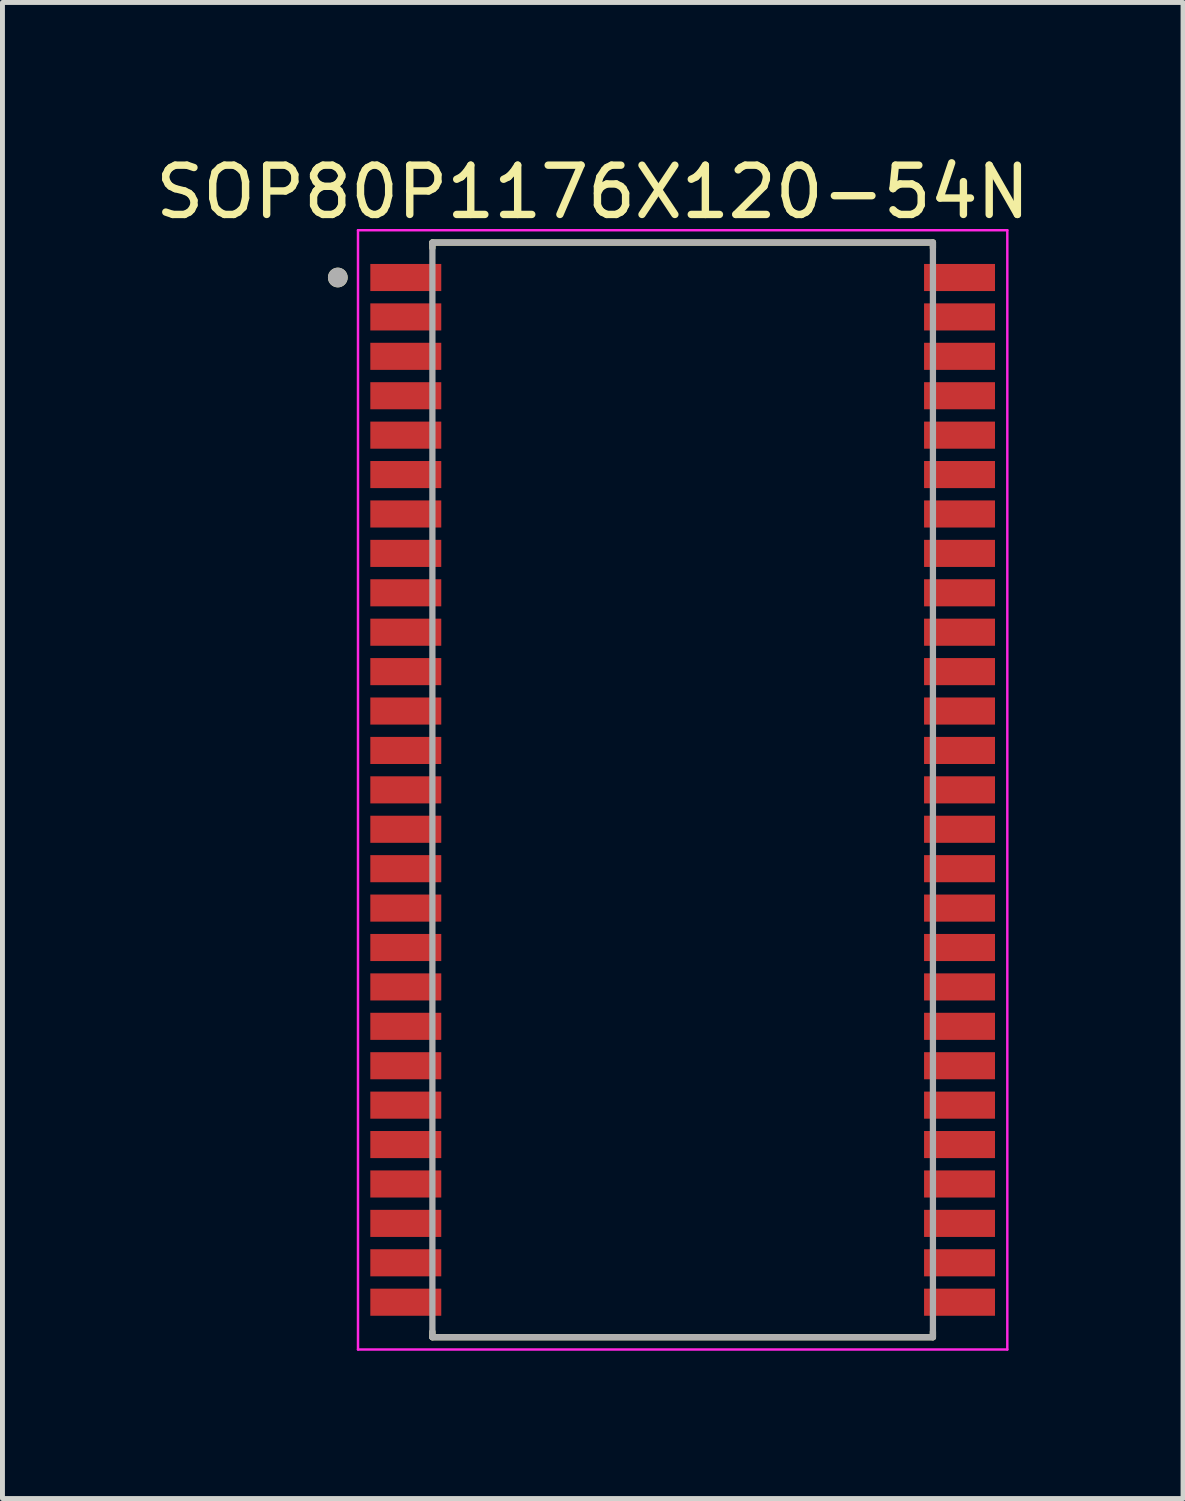
<source format=kicad_pcb>
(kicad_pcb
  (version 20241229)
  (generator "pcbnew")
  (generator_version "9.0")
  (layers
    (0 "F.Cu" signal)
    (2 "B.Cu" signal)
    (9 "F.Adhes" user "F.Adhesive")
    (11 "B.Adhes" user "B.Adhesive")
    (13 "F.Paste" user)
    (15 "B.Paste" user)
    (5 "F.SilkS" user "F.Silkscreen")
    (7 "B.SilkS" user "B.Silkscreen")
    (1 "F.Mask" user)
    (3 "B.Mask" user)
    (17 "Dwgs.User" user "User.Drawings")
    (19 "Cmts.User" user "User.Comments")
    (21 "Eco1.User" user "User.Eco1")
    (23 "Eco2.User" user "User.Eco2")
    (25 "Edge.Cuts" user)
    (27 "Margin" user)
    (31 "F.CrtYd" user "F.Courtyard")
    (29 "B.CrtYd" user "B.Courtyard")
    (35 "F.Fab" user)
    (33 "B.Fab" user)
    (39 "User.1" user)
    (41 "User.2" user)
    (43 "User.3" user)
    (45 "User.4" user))
  (footprint "SOP80P1176X120-54N"
    (layer "F.Cu")
    (at 10.807 12.983)
    (property "Reference" "SOP80P1176X120-54N" (at -1.825 -12.135 0) (layer "F.SilkS") (effects (font (size 1 1) (thickness 0.15))))
    (attr smd)
    (fp_line (start -5.08 -11.11) (end 5.08 -11.11) (stroke (width 0.127) (type solid)) (layer "F.SilkS"))
    (fp_line (start -5.08 -11) (end -5.08 -11.11) (stroke (width 0.127) (type solid)) (layer "F.SilkS"))
    (fp_line (start -5.08 11) (end -5.08 11.11) (stroke (width 0.127) (type solid)) (layer "F.SilkS"))
    (fp_line (start 5.08 -11) (end 5.08 -11.11) (stroke (width 0.127) (type solid)) (layer "F.SilkS"))
    (fp_line (start 5.08 11) (end 5.08 11.11) (stroke (width 0.127) (type solid)) (layer "F.SilkS"))
    (fp_line (start 5.08 11.11) (end -5.08 11.11) (stroke (width 0.127) (type solid)) (layer "F.SilkS"))
    (fp_circle (center -7 -10.4) (end -6.9 -10.4) (stroke (width 0.2) (type solid)) (fill no) (layer "F.SilkS"))
    (fp_line (start -6.59 -11.36) (end 6.59 -11.36) (stroke (width 0.05) (type solid)) (layer "F.CrtYd"))
    (fp_line (start -6.59 11.36) (end -6.59 -11.36) (stroke (width 0.05) (type solid)) (layer "F.CrtYd"))
    (fp_line (start 6.59 -11.36) (end 6.59 11.36) (stroke (width 0.05) (type solid)) (layer "F.CrtYd"))
    (fp_line (start 6.59 11.36) (end -6.59 11.36) (stroke (width 0.05) (type solid)) (layer "F.CrtYd"))
    (fp_line (start -5.08 -11.11) (end 5.08 -11.11) (stroke (width 0.127) (type solid)) (layer "F.Fab"))
    (fp_line (start -5.08 11.11) (end -5.08 -11.11) (stroke (width 0.127) (type solid)) (layer "F.Fab"))
    (fp_line (start 5.08 -11.11) (end 5.08 11.11) (stroke (width 0.127) (type solid)) (layer "F.Fab"))
    (fp_line (start 5.08 11.11) (end -5.08 11.11) (stroke (width 0.127) (type solid)) (layer "F.Fab"))
    (fp_circle (center -7 -10.4) (end -6.9 -10.4) (stroke (width 0.2) (type solid)) (fill no) (layer "F.Fab"))
    (pad "1" smd rect (at -5.62 -10.4) (size 1.44 0.55) (layers "F.Cu" "F.Mask" "F.Paste"))
    (pad "2" smd rect (at -5.62 -9.6) (size 1.44 0.55) (layers "F.Cu" "F.Mask" "F.Paste"))
    (pad "3" smd rect (at -5.62 -8.8) (size 1.44 0.55) (layers "F.Cu" "F.Mask" "F.Paste"))
    (pad "4" smd rect (at -5.62 -8) (size 1.44 0.55) (layers "F.Cu" "F.Mask" "F.Paste"))
    (pad "5" smd rect (at -5.62 -7.2) (size 1.44 0.55) (layers "F.Cu" "F.Mask" "F.Paste"))
    (pad "6" smd rect (at -5.62 -6.4) (size 1.44 0.55) (layers "F.Cu" "F.Mask" "F.Paste"))
    (pad "7" smd rect (at -5.62 -5.6) (size 1.44 0.55) (layers "F.Cu" "F.Mask" "F.Paste"))
    (pad "8" smd rect (at -5.62 -4.8) (size 1.44 0.55) (layers "F.Cu" "F.Mask" "F.Paste"))
    (pad "9" smd rect (at -5.62 -4) (size 1.44 0.55) (layers "F.Cu" "F.Mask" "F.Paste"))
    (pad "10" smd rect (at -5.62 -3.2) (size 1.44 0.55) (layers "F.Cu" "F.Mask" "F.Paste"))
    (pad "11" smd rect (at -5.62 -2.4) (size 1.44 0.55) (layers "F.Cu" "F.Mask" "F.Paste"))
    (pad "12" smd rect (at -5.62 -1.6) (size 1.44 0.55) (layers "F.Cu" "F.Mask" "F.Paste"))
    (pad "13" smd rect (at -5.62 -0.8) (size 1.44 0.55) (layers "F.Cu" "F.Mask" "F.Paste"))
    (pad "14" smd rect (at -5.62 0) (size 1.44 0.55) (layers "F.Cu" "F.Mask" "F.Paste"))
    (pad "15" smd rect (at -5.62 0.8) (size 1.44 0.55) (layers "F.Cu" "F.Mask" "F.Paste"))
    (pad "16" smd rect (at -5.62 1.6) (size 1.44 0.55) (layers "F.Cu" "F.Mask" "F.Paste"))
    (pad "17" smd rect (at -5.62 2.4) (size 1.44 0.55) (layers "F.Cu" "F.Mask" "F.Paste"))
    (pad "18" smd rect (at -5.62 3.2) (size 1.44 0.55) (layers "F.Cu" "F.Mask" "F.Paste"))
    (pad "19" smd rect (at -5.62 4) (size 1.44 0.55) (layers "F.Cu" "F.Mask" "F.Paste"))
    (pad "20" smd rect (at -5.62 4.8) (size 1.44 0.55) (layers "F.Cu" "F.Mask" "F.Paste"))
    (pad "21" smd rect (at -5.62 5.6) (size 1.44 0.55) (layers "F.Cu" "F.Mask" "F.Paste"))
    (pad "22" smd rect (at -5.62 6.4) (size 1.44 0.55) (layers "F.Cu" "F.Mask" "F.Paste"))
    (pad "23" smd rect (at -5.62 7.2) (size 1.44 0.55) (layers "F.Cu" "F.Mask" "F.Paste"))
    (pad "24" smd rect (at -5.62 8) (size 1.44 0.55) (layers "F.Cu" "F.Mask" "F.Paste"))
    (pad "25" smd rect (at -5.62 8.8) (size 1.44 0.55) (layers "F.Cu" "F.Mask" "F.Paste"))
    (pad "26" smd rect (at -5.62 9.6) (size 1.44 0.55) (layers "F.Cu" "F.Mask" "F.Paste"))
    (pad "27" smd rect (at -5.62 10.4) (size 1.44 0.55) (layers "F.Cu" "F.Mask" "F.Paste"))
    (pad "28" smd rect (at 5.62 10.4) (size 1.44 0.55) (layers "F.Cu" "F.Mask" "F.Paste"))
    (pad "29" smd rect (at 5.62 9.6) (size 1.44 0.55) (layers "F.Cu" "F.Mask" "F.Paste"))
    (pad "30" smd rect (at 5.62 8.8) (size 1.44 0.55) (layers "F.Cu" "F.Mask" "F.Paste"))
    (pad "31" smd rect (at 5.62 8) (size 1.44 0.55) (layers "F.Cu" "F.Mask" "F.Paste"))
    (pad "32" smd rect (at 5.62 7.2) (size 1.44 0.55) (layers "F.Cu" "F.Mask" "F.Paste"))
    (pad "33" smd rect (at 5.62 6.4) (size 1.44 0.55) (layers "F.Cu" "F.Mask" "F.Paste"))
    (pad "34" smd rect (at 5.62 5.6) (size 1.44 0.55) (layers "F.Cu" "F.Mask" "F.Paste"))
    (pad "35" smd rect (at 5.62 4.8) (size 1.44 0.55) (layers "F.Cu" "F.Mask" "F.Paste"))
    (pad "36" smd rect (at 5.62 4) (size 1.44 0.55) (layers "F.Cu" "F.Mask" "F.Paste"))
    (pad "37" smd rect (at 5.62 3.2) (size 1.44 0.55) (layers "F.Cu" "F.Mask" "F.Paste"))
    (pad "38" smd rect (at 5.62 2.4) (size 1.44 0.55) (layers "F.Cu" "F.Mask" "F.Paste"))
    (pad "39" smd rect (at 5.62 1.6) (size 1.44 0.55) (layers "F.Cu" "F.Mask" "F.Paste"))
    (pad "40" smd rect (at 5.62 0.8) (size 1.44 0.55) (layers "F.Cu" "F.Mask" "F.Paste"))
    (pad "41" smd rect (at 5.62 0) (size 1.44 0.55) (layers "F.Cu" "F.Mask" "F.Paste"))
    (pad "42" smd rect (at 5.62 -0.8) (size 1.44 0.55) (layers "F.Cu" "F.Mask" "F.Paste"))
    (pad "43" smd rect (at 5.62 -1.6) (size 1.44 0.55) (layers "F.Cu" "F.Mask" "F.Paste"))
    (pad "44" smd rect (at 5.62 -2.4) (size 1.44 0.55) (layers "F.Cu" "F.Mask" "F.Paste"))
    (pad "45" smd rect (at 5.62 -3.2) (size 1.44 0.55) (layers "F.Cu" "F.Mask" "F.Paste"))
    (pad "46" smd rect (at 5.62 -4) (size 1.44 0.55) (layers "F.Cu" "F.Mask" "F.Paste"))
    (pad "47" smd rect (at 5.62 -4.8) (size 1.44 0.55) (layers "F.Cu" "F.Mask" "F.Paste"))
    (pad "48" smd rect (at 5.62 -5.6) (size 1.44 0.55) (layers "F.Cu" "F.Mask" "F.Paste"))
    (pad "49" smd rect (at 5.62 -6.4) (size 1.44 0.55) (layers "F.Cu" "F.Mask" "F.Paste"))
    (pad "50" smd rect (at 5.62 -7.2) (size 1.44 0.55) (layers "F.Cu" "F.Mask" "F.Paste"))
    (pad "51" smd rect (at 5.62 -8) (size 1.44 0.55) (layers "F.Cu" "F.Mask" "F.Paste"))
    (pad "52" smd rect (at 5.62 -8.8) (size 1.44 0.55) (layers "F.Cu" "F.Mask" "F.Paste"))
    (pad "53" smd rect (at 5.62 -9.6) (size 1.44 0.55) (layers "F.Cu" "F.Mask" "F.Paste"))
    (pad "54" smd rect (at 5.62 -10.4) (size 1.44 0.55) (layers "F.Cu" "F.Mask" "F.Paste")))
  (gr_rect
    (start -3 -3)
    (end 20.964 27.368)
    (stroke (width 0.1) (type default))
    (fill no)
    (layer "Edge.Cuts")))
</source>
